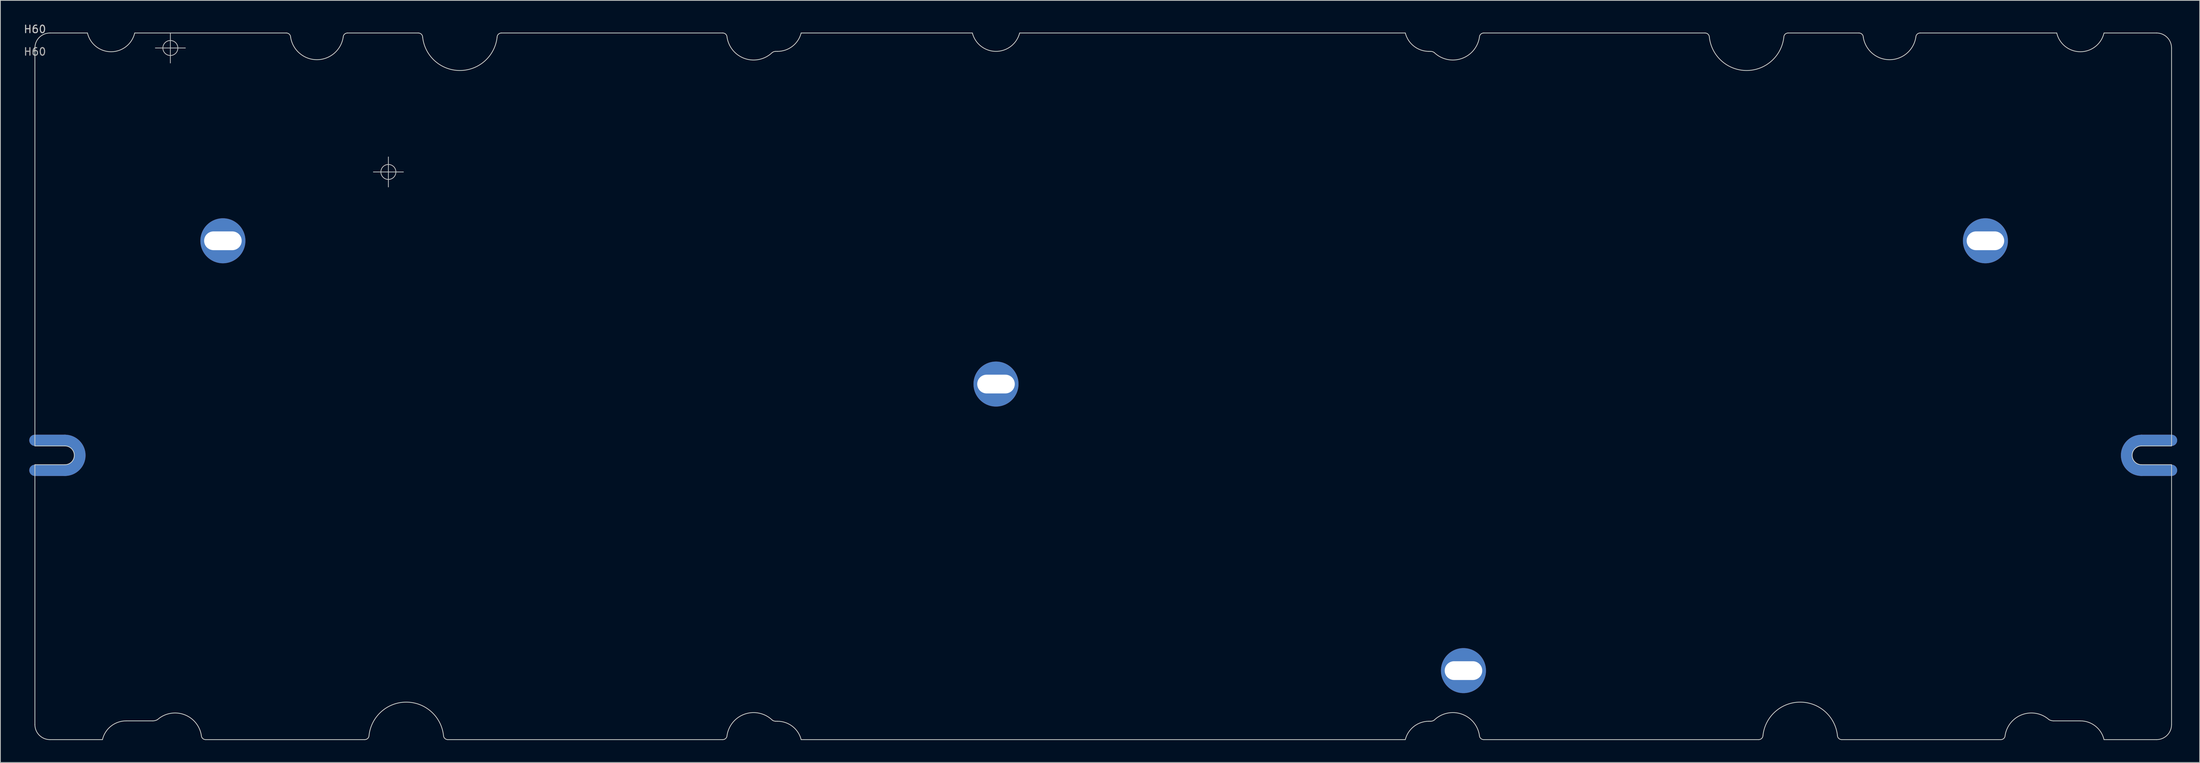
<source format=kicad_pcb>
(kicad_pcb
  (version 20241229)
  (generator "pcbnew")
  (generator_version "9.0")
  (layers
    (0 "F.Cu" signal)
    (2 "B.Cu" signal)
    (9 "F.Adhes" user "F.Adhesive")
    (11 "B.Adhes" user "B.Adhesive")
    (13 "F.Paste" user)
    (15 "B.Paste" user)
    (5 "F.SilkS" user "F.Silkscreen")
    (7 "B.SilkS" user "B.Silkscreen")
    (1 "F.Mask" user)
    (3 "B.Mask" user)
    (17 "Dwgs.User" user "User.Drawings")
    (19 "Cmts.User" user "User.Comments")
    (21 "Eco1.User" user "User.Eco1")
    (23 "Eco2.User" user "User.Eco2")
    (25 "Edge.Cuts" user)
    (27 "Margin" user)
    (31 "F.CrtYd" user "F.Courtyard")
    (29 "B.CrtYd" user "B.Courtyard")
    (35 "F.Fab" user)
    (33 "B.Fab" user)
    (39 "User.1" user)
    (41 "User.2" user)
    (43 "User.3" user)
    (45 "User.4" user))
  (footprint "H60"
    (layer "F.Cu")
    (at 1.601 1.348)
    (property "Reference" "H60" (at 0 -0.5 0) (unlocked yes) (layer "Dwgs.User") (effects (font (size 1 1) (thickness 0.15))))
    (attr through_hole)
    (fp_line (start 0 54.3) (end 4 54.3) (stroke (width 1.5) (type solid)) (layers "F.Cu" "F.Mask"))
    (fp_line (start 0 58.3) (end 4 58.3) (stroke (width 1.5) (type solid)) (layers "F.Cu" "F.Mask"))
    (fp_line (start 284.7 54.3) (end 280.7 54.3) (stroke (width 1.5) (type solid)) (layers "F.Cu" "F.Mask"))
    (fp_line (start 284.7 58.3) (end 280.7 58.3) (stroke (width 1.5) (type solid)) (layers "F.Cu" "F.Mask"))
    (fp_arc (start 4 54.3) (mid 6 56.3) (end 4 58.3) (stroke (width 1.5) (type solid)) (layers "F.Cu" "F.Mask"))
    (fp_arc (start 280.7 58.3) (mid 278.7 56.3) (end 280.7 54.3) (stroke (width 1.5) (type solid)) (layers "F.Cu" "F.Mask"))
    (fp_line (start 4 54.3) (end 0 54.3) (stroke (width 1.5) (type solid)) (layers "B.Cu" "B.Mask"))
    (fp_line (start 4 58.3) (end 0 58.3) (stroke (width 1.5) (type solid)) (layers "B.Cu" "B.Mask"))
    (fp_line (start 280.7 54.3) (end 284.7 54.3) (stroke (width 1.5) (type solid)) (layers "B.Cu" "B.Mask"))
    (fp_line (start 280.7 58.3) (end 284.7 58.3) (stroke (width 1.5) (type solid)) (layers "B.Cu" "B.Mask"))
    (fp_arc (start 4 54.3) (mid 6 56.3) (end 4 58.3) (stroke (width 1.5) (type solid)) (layers "B.Cu" "B.Mask"))
    (fp_arc (start 280.7 58.3) (mid 278.7 56.3) (end 280.7 54.3) (stroke (width 1.5) (type solid)) (layers "B.Cu" "B.Mask"))
    (fp_line (start 16.05 2) (end 20.05 2) (stroke (width 0.1) (type default)) (layer "Dwgs.User"))
    (fp_line (start 18.05 0) (end 18.05 4) (stroke (width 0.1) (type default)) (layer "Dwgs.User"))
    (fp_line (start 45.1 18.525) (end 49.1 18.525) (stroke (width 0.1) (type default)) (layer "Dwgs.User"))
    (fp_line (start 47.1 16.525) (end 47.1 20.525) (stroke (width 0.1) (type default)) (layer "Dwgs.User"))
    (fp_circle (center 18.05 2) (end 19.05 2) (stroke (width 0.1) (type solid)) (fill no) (layer "Dwgs.User"))
    (fp_circle (center 47.1 18.525) (end 48.1 18.525) (stroke (width 0.1) (type solid)) (fill no) (layer "Dwgs.User"))
    (fp_line (start 0 2) (end 0 55.05) (stroke (width 0.1) (type solid)) (layer "Edge.Cuts"))
    (fp_line (start 0 55.05) (end 4 55.05) (stroke (width 0.1) (type default)) (layer "Edge.Cuts"))
    (fp_line (start 0 57.55) (end 0 92.2) (stroke (width 0.1) (type solid)) (layer "Edge.Cuts"))
    (fp_line (start 2 0) (end 7 0) (stroke (width 0.1) (type solid)) (layer "Edge.Cuts"))
    (fp_line (start 2 94.2) (end 9 94.2) (stroke (width 0.1) (type default)) (layer "Edge.Cuts"))
    (fp_line (start 4 57.55) (end 0 57.55) (stroke (width 0.1) (type default)) (layer "Edge.Cuts"))
    (fp_line (start 12.15 91.7) (end 15.72 91.7) (stroke (width 0.1) (type solid)) (layer "Edge.Cuts"))
    (fp_line (start 13.3 0) (end 33.505 0) (stroke (width 0.1) (type solid)) (layer "Edge.Cuts"))
    (fp_line (start 41.645 0) (end 51.095 0) (stroke (width 0.1) (type solid)) (layer "Edge.Cuts"))
    (fp_line (start 43.951 94.2) (end 22.746 94.2) (stroke (width 0.1) (type solid)) (layer "Edge.Cuts"))
    (fp_line (start 62.155 0) (end 91.655 0) (stroke (width 0.1) (type solid)) (layer "Edge.Cuts"))
    (fp_line (start 91.655 94.2) (end 55.011 94.2) (stroke (width 0.1) (type default)) (layer "Edge.Cuts"))
    (fp_line (start 98.72 2.45) (end 98.95 2.45) (stroke (width 0.1) (type solid)) (layer "Edge.Cuts"))
    (fp_line (start 98.72 91.75) (end 98.95 91.75) (stroke (width 0.1) (type solid)) (layer "Edge.Cuts"))
    (fp_line (start 102.1 0) (end 124.912 0) (stroke (width 0.1) (type solid)) (layer "Edge.Cuts"))
    (fp_line (start 102.1 94.2) (end 182.6 94.2) (stroke (width 0.1) (type solid)) (layer "Edge.Cuts"))
    (fp_line (start 131.212 0) (end 182.6 0) (stroke (width 0.1) (type solid)) (layer "Edge.Cuts"))
    (fp_line (start 185.98 2.45) (end 185.75 2.45) (stroke (width 0.1) (type solid)) (layer "Edge.Cuts"))
    (fp_line (start 185.98 91.75) (end 185.75 91.75) (stroke (width 0.1) (type solid)) (layer "Edge.Cuts"))
    (fp_line (start 193.045 0) (end 222.545 0) (stroke (width 0.1) (type default)) (layer "Edge.Cuts"))
    (fp_line (start 193.045 94.2) (end 229.689 94.2) (stroke (width 0.1) (type default)) (layer "Edge.Cuts"))
    (fp_line (start 233.605 0) (end 243.055 0) (stroke (width 0.1) (type solid)) (layer "Edge.Cuts"))
    (fp_line (start 240.749 94.2) (end 261.954 94.2) (stroke (width 0.1) (type solid)) (layer "Edge.Cuts"))
    (fp_line (start 251.195 0) (end 269.4 0) (stroke (width 0.1) (type solid)) (layer "Edge.Cuts"))
    (fp_line (start 272.55 91.7) (end 268.98 91.7) (stroke (width 0.1) (type solid)) (layer "Edge.Cuts"))
    (fp_line (start 282.7 0) (end 275.7 0) (stroke (width 0.1) (type default)) (layer "Edge.Cuts"))
    (fp_line (start 282.7 94.2) (end 275.7 94.2) (stroke (width 0.1) (type default)) (layer "Edge.Cuts"))
    (fp_line (start 284.7 2) (end 284.7 55.05) (stroke (width 0.1) (type solid)) (layer "Edge.Cuts"))
    (fp_line (start 284.7 55.05) (end 280.7 55.05) (stroke (width 0.1) (type default)) (layer "Edge.Cuts"))
    (fp_line (start 284.7 57.55) (end 280.7 57.55) (stroke (width 0.1) (type default)) (layer "Edge.Cuts"))
    (fp_line (start 284.7 57.55) (end 284.7 92.2) (stroke (width 0.1) (type solid)) (layer "Edge.Cuts"))
    (fp_arc (start 0 2) (mid 0.585786 0.585786) (end 2 0) (stroke (width 0.1) (type default)) (layer "Edge.Cuts"))
    (fp_arc (start 2 94.2) (mid 0.585786 93.614214) (end 0 92.2) (stroke (width 0.1) (type default)) (layer "Edge.Cuts"))
    (fp_arc (start 4 55.05) (mid 5.25 56.3) (end 4 57.55) (stroke (width 0.1) (type default)) (layer "Edge.Cuts"))
    (fp_arc (start 9 94.2) (mid 10.142021 92.398753) (end 12.15 91.7) (stroke (width 0.1) (type solid)) (layer "Edge.Cuts"))
    (fp_arc (start 13.3 0) (mid 10.15 2.5) (end 7 0) (stroke (width 0.1) (type solid)) (layer "Edge.Cuts"))
    (fp_arc (start 16.337395 91.528992) (mid 16.04032 91.656458) (end 15.72 91.7) (stroke (width 0.1) (type default)) (layer "Edge.Cuts"))
    (fp_arc (start 16.337395 91.528992) (mid 19.875512 90.855125) (end 22.17625 93.63) (stroke (width 0.1) (type solid)) (layer "Edge.Cuts"))
    (fp_arc (start 22.74625 94.2) (mid 22.343199 94.033051) (end 22.17625 93.63) (stroke (width 0.1) (type solid)) (layer "Edge.Cuts"))
    (fp_arc (start 33.505 0) (mid 33.908051 0.166949) (end 34.075 0.57) (stroke (width 0.1) (type solid)) (layer "Edge.Cuts"))
    (fp_arc (start 41.075 0.57) (mid 37.575 3.56) (end 34.075 0.57) (stroke (width 0.1) (type solid)) (layer "Edge.Cuts"))
    (fp_arc (start 41.075 0.57) (mid 41.241949 0.166949) (end 41.645 0) (stroke (width 0.1) (type solid)) (layer "Edge.Cuts"))
    (fp_arc (start 44.52125 93.63) (mid 44.354301 94.033051) (end 43.95125 94.2) (stroke (width 0.1) (type solid)) (layer "Edge.Cuts"))
    (fp_arc (start 44.52125 93.63) (mid 49.48125 89.2) (end 54.44125 93.63) (stroke (width 0.1) (type solid)) (layer "Edge.Cuts"))
    (fp_arc (start 51.095 0) (mid 51.498051 0.166949) (end 51.665 0.57) (stroke (width 0.1) (type solid)) (layer "Edge.Cuts"))
    (fp_arc (start 55.01125 94.2) (mid 54.608199 94.033051) (end 54.44125 93.63) (stroke (width 0.1) (type solid)) (layer "Edge.Cuts"))
    (fp_arc (start 61.585 0.57) (mid 56.625 5) (end 51.665 0.57) (stroke (width 0.1) (type solid)) (layer "Edge.Cuts"))
    (fp_arc (start 61.585 0.57) (mid 61.751949 0.166949) (end 62.155 0) (stroke (width 0.1) (type solid)) (layer "Edge.Cuts"))
    (fp_arc (start 91.655 0) (mid 92.058051 0.166949) (end 92.225 0.57) (stroke (width 0.1) (type solid)) (layer "Edge.Cuts"))
    (fp_arc (start 92.225 93.63) (mid 92.058051 94.033051) (end 91.655 94.2) (stroke (width 0.1) (type solid)) (layer "Edge.Cuts"))
    (fp_arc (start 92.225 93.63) (mid 94.613658 90.785327) (end 98.24 91.59) (stroke (width 0.1) (type solid)) (layer "Edge.Cuts"))
    (fp_arc (start 98.24 2.61) (mid 94.625406 3.418634) (end 92.225 0.57) (stroke (width 0.1) (type solid)) (layer "Edge.Cuts"))
    (fp_arc (start 98.24 2.61) (mid 98.467018 2.491053) (end 98.72 2.45) (stroke (width 0.1) (type default)) (layer "Edge.Cuts"))
    (fp_arc (start 98.72 91.75) (mid 98.467018 91.708947) (end 98.24 91.59) (stroke (width 0.1) (type default)) (layer "Edge.Cuts"))
    (fp_arc (start 98.95 91.75) (mid 100.945307 92.434605) (end 102.1 94.2) (stroke (width 0.1) (type solid)) (layer "Edge.Cuts"))
    (fp_arc (start 102.1 0) (mid 100.939705 1.769742) (end 98.95 2.45) (stroke (width 0.1) (type solid)) (layer "Edge.Cuts"))
    (fp_arc (start 131.212 0) (mid 128.062 2.45) (end 124.912 0) (stroke (width 0.1) (type solid)) (layer "Edge.Cuts"))
    (fp_arc (start 182.6 94.2) (mid 183.754693 92.434605) (end 185.75 91.75) (stroke (width 0.1) (type solid)) (layer "Edge.Cuts"))
    (fp_arc (start 185.75 2.45) (mid 183.754693 1.765395) (end 182.6 0) (stroke (width 0.1) (type solid)) (layer "Edge.Cuts"))
    (fp_arc (start 185.98 2.45) (mid 186.232982 2.491053) (end 186.46 2.61) (stroke (width 0.1) (type default)) (layer "Edge.Cuts"))
    (fp_arc (start 186.46 91.59) (mid 186.232982 91.708947) (end 185.98 91.75) (stroke (width 0.1) (type default)) (layer "Edge.Cuts"))
    (fp_arc (start 186.46 91.59) (mid 190.086342 90.785327) (end 192.475 93.63) (stroke (width 0.1) (type solid)) (layer "Edge.Cuts"))
    (fp_arc (start 192.475 0.57) (mid 190.086342 3.414673) (end 186.46 2.61) (stroke (width 0.1) (type solid)) (layer "Edge.Cuts"))
    (fp_arc (start 192.475 0.57) (mid 192.641949 0.166949) (end 193.045 0) (stroke (width 0.1) (type solid)) (layer "Edge.Cuts"))
    (fp_arc (start 193.045 94.2) (mid 192.641949 94.033051) (end 192.475 93.63) (stroke (width 0.1) (type solid)) (layer "Edge.Cuts"))
    (fp_arc (start 222.545 0) (mid 222.948051 0.166949) (end 223.115 0.57) (stroke (width 0.1) (type solid)) (layer "Edge.Cuts"))
    (fp_arc (start 230.25875 93.63) (mid 230.091801 94.033051) (end 229.68875 94.2) (stroke (width 0.1) (type solid)) (layer "Edge.Cuts"))
    (fp_arc (start 230.25875 93.63) (mid 235.21875 89.2) (end 240.17875 93.63) (stroke (width 0.1) (type solid)) (layer "Edge.Cuts"))
    (fp_arc (start 233.035 0.57) (mid 228.075 5) (end 223.115 0.57) (stroke (width 0.1) (type solid)) (layer "Edge.Cuts"))
    (fp_arc (start 233.035 0.57) (mid 233.201949 0.166949) (end 233.605 0) (stroke (width 0.1) (type solid)) (layer "Edge.Cuts"))
    (fp_arc (start 240.74875 94.2) (mid 240.345699 94.033051) (end 240.17875 93.63) (stroke (width 0.1) (type solid)) (layer "Edge.Cuts"))
    (fp_arc (start 243.055 0) (mid 243.458051 0.166949) (end 243.625 0.57) (stroke (width 0.1) (type solid)) (layer "Edge.Cuts"))
    (fp_arc (start 250.625 0.57) (mid 247.125 3.56) (end 243.625 0.57) (stroke (width 0.1) (type solid)) (layer "Edge.Cuts"))
    (fp_arc (start 250.625 0.57) (mid 250.791949 0.166949) (end 251.195 0) (stroke (width 0.1) (type solid)) (layer "Edge.Cuts"))
    (fp_arc (start 262.52375 93.63) (mid 262.356801 94.033051) (end 261.95375 94.2) (stroke (width 0.1) (type solid)) (layer "Edge.Cuts"))
    (fp_arc (start 262.52375 93.63) (mid 264.822899 90.855697) (end 268.362605 91.528992) (stroke (width 0.1) (type solid)) (layer "Edge.Cuts"))
    (fp_arc (start 268.98 91.7) (mid 268.65968 91.656458) (end 268.362605 91.528992) (stroke (width 0.1) (type default)) (layer "Edge.Cuts"))
    (fp_arc (start 272.55 91.7) (mid 274.560753 92.400952) (end 275.7 94.2) (stroke (width 0.1) (type solid)) (layer "Edge.Cuts"))
    (fp_arc (start 275.7 0) (mid 272.55 2.5) (end 269.4 0) (stroke (width 0.1) (type solid)) (layer "Edge.Cuts"))
    (fp_arc (start 280.7 57.55) (mid 279.45 56.3) (end 280.7 55.05) (stroke (width 0.1) (type default)) (layer "Edge.Cuts"))
    (fp_arc (start 282.7 0) (mid 284.114214 0.585786) (end 284.7 2) (stroke (width 0.1) (type solid)) (layer "Edge.Cuts"))
    (fp_arc (start 284.7 92.2) (mid 284.114214 93.614214) (end 282.7 94.2) (stroke (width 0.1) (type default)) (layer "Edge.Cuts"))
    (fp_text user "${REFERENCE}" (at 0 2.5 0) (unlocked yes) (layer "F.Fab") (effects (font (size 1 1) (thickness 0.15))))
    (pad "" thru_hole circle (at 128.062 46.8) (size 6 6) (drill oval 5 2.5) (layers "*.Cu" "*.Mask"))
    (pad "" thru_hole circle (at 190.35 85) (size 6 6) (drill oval 5 2.5) (layers "*.Cu" "*.Mask"))
    (pad "" thru_hole circle (at 259.9 27.7) (size 6 6) (drill oval 5 2.5) (layers "*.Cu" "*.Mask"))
    (pad "1" thru_hole circle (at 25.05 27.7) (size 6 6) (drill oval 5 2.5) (layers "*.Cu" "*.Mask")))
  (gr_rect
    (start -3 -3)
    (end 290.051 98.598)
    (stroke (width 0.1) (type default))
    (fill no)
    (layer "Edge.Cuts")))
</source>
